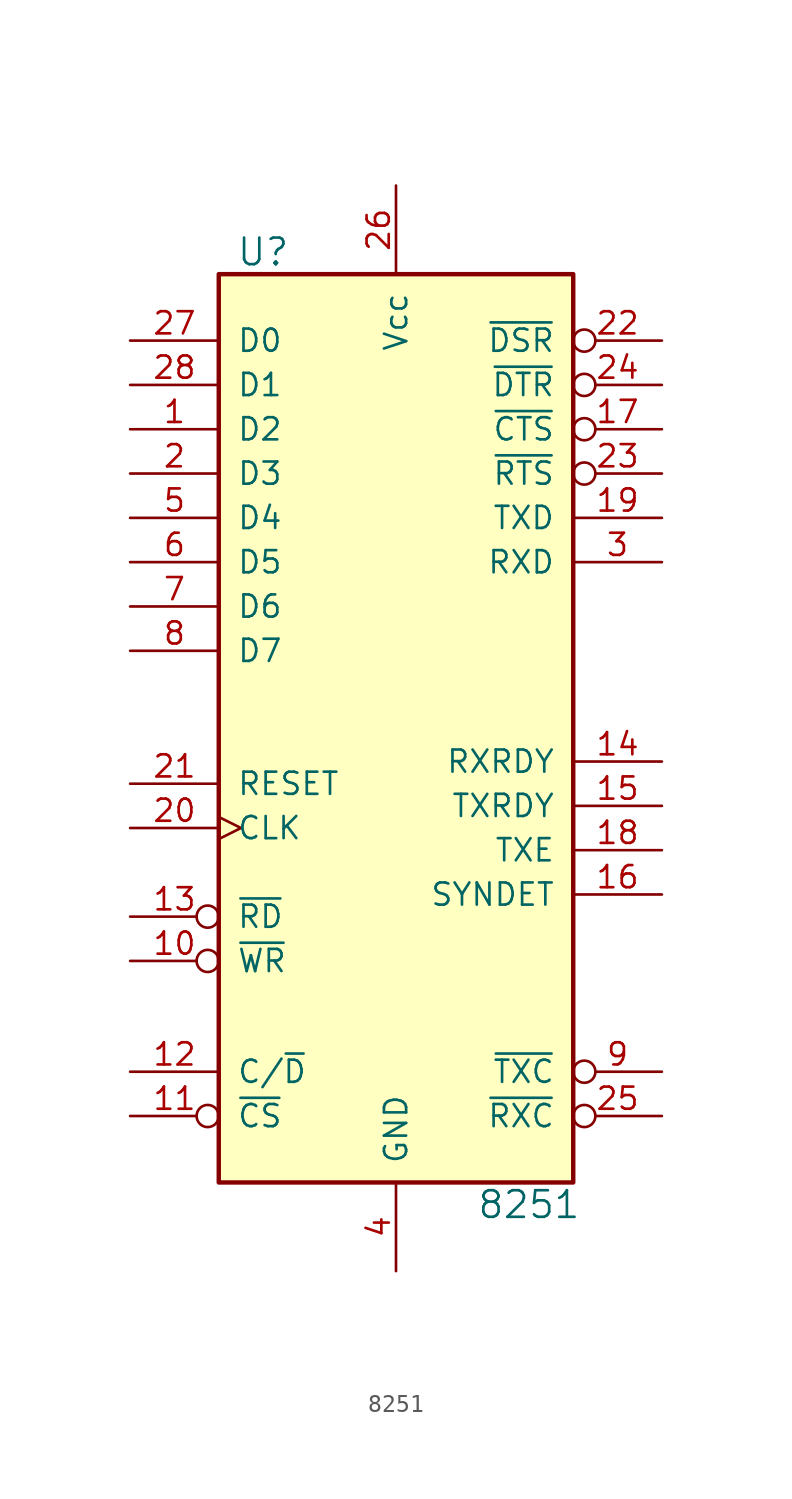
<source format=kicad_sym>
(kicad_symbol_lib
  (version 20211014)
  (generator kicad_symbol_editor)
  (symbol "8251"
    (pin_names
      (offset 1.016))
    (property "Reference" "U"
      (at -7.62 33.02 0)
      (effects (font (size 1.524 1.524))))
    (property "Value" "8251"
      (at 7.62 -21.59 0)
      (effects (font (size 1.524 1.524))))
    (symbol "8251_0_1"
      (rectangle (start -10.16 31.75) (end 10.16 -20.32) (stroke (width 0.254) (type default) (color 0 0 0 0)) (fill (type background))))
    (symbol "8251_1_1"
      (pin bidirectional line (at -15.24 22.86 0) (length 5.08) (name "D2" (effects (font (size 1.27 1.27)))) (number "1" (effects (font (size 1.27 1.27)))))
      (pin input inverted (at -15.24 -7.62 0) (length 5.08) (name "~{WR}" (effects (font (size 1.27 1.27)))) (number "10" (effects (font (size 1.27 1.27)))))
      (pin input inverted (at -15.24 -16.51 0) (length 5.08) (name "~{CS}" (effects (font (size 1.27 1.27)))) (number "11" (effects (font (size 1.27 1.27)))))
      (pin input line (at -15.24 -13.97 0) (length 5.08) (name "C/~{D}" (effects (font (size 1.27 1.27)))) (number "12" (effects (font (size 1.27 1.27)))))
      (pin input inverted (at -15.24 -5.08 0) (length 5.08) (name "~{RD}" (effects (font (size 1.27 1.27)))) (number "13" (effects (font (size 1.27 1.27)))))
      (pin output line (at 15.24 3.81 180) (length 5.08) (name "RXRDY" (effects (font (size 1.27 1.27)))) (number "14" (effects (font (size 1.27 1.27)))))
      (pin output line (at 15.24 1.27 180) (length 5.08) (name "TXRDY" (effects (font (size 1.27 1.27)))) (number "15" (effects (font (size 1.27 1.27)))))
      (pin output line (at 15.24 -3.81 180) (length 5.08) (name "SYNDET" (effects (font (size 1.27 1.27)))) (number "16" (effects (font (size 1.27 1.27)))))
      (pin passive inverted (at 15.24 22.86 180) (length 5.08) (name "~{CTS}" (effects (font (size 1.27 1.27)))) (number "17" (effects (font (size 1.27 1.27)))))
      (pin output line (at 15.24 -1.27 180) (length 5.08) (name "TXE" (effects (font (size 1.27 1.27)))) (number "18" (effects (font (size 1.27 1.27)))))
      (pin passive line (at 15.24 17.78 180) (length 5.08) (name "TXD" (effects (font (size 1.27 1.27)))) (number "19" (effects (font (size 1.27 1.27)))))
      (pin bidirectional line (at -15.24 20.32 0) (length 5.08) (name "D3" (effects (font (size 1.27 1.27)))) (number "2" (effects (font (size 1.27 1.27)))))
      (pin input clock (at -15.24 0 0) (length 5.08) (name "CLK" (effects (font (size 1.27 1.27)))) (number "20" (effects (font (size 1.27 1.27)))))
      (pin input line (at -15.24 2.54 0) (length 5.08) (name "RESET" (effects (font (size 1.27 1.27)))) (number "21" (effects (font (size 1.27 1.27)))))
      (pin passive inverted (at 15.24 27.94 180) (length 5.08) (name "~{DSR}" (effects (font (size 1.27 1.27)))) (number "22" (effects (font (size 1.27 1.27)))))
      (pin output inverted (at 15.24 20.32 180) (length 5.08) (name "~{RTS}" (effects (font (size 1.27 1.27)))) (number "23" (effects (font (size 1.27 1.27)))))
      (pin passive inverted (at 15.24 25.4 180) (length 5.08) (name "~{DTR}" (effects (font (size 1.27 1.27)))) (number "24" (effects (font (size 1.27 1.27)))))
      (pin input inverted (at 15.24 -16.51 180) (length 5.08) (name "~{RXC}" (effects (font (size 1.27 1.27)))) (number "25" (effects (font (size 1.27 1.27)))))
      (pin power_in line (at 0 36.83 270) (length 5.08) (name "Vcc" (effects (font (size 1.27 1.27)))) (number "26" (effects (font (size 1.27 1.27)))))
      (pin input line (at -15.24 27.94 0) (length 5.08) (name "D0" (effects (font (size 1.27 1.27)))) (number "27" (effects (font (size 1.27 1.27)))))
      (pin bidirectional line (at -15.24 25.4 0) (length 5.08) (name "D1" (effects (font (size 1.27 1.27)))) (number "28" (effects (font (size 1.27 1.27)))))
      (pin passive line (at 15.24 15.24 180) (length 5.08) (name "RXD" (effects (font (size 1.27 1.27)))) (number "3" (effects (font (size 1.27 1.27)))))
      (pin power_in line (at 0 -25.4 90) (length 5.08) (name "GND" (effects (font (size 1.27 1.27)))) (number "4" (effects (font (size 1.27 1.27)))))
      (pin bidirectional line (at -15.24 17.78 0) (length 5.08) (name "D4" (effects (font (size 1.27 1.27)))) (number "5" (effects (font (size 1.27 1.27)))))
      (pin bidirectional line (at -15.24 15.24 0) (length 5.08) (name "D5" (effects (font (size 1.27 1.27)))) (number "6" (effects (font (size 1.27 1.27)))))
      (pin bidirectional line (at -15.24 12.7 0) (length 5.08) (name "D6" (effects (font (size 1.27 1.27)))) (number "7" (effects (font (size 1.27 1.27)))))
      (pin bidirectional line (at -15.24 10.16 0) (length 5.08) (name "D7" (effects (font (size 1.27 1.27)))) (number "8" (effects (font (size 1.27 1.27)))))
      (pin input inverted (at 15.24 -13.97 180) (length 5.08) (name "~{TXC}" (effects (font (size 1.27 1.27)))) (number "9" (effects (font (size 1.27 1.27))))))))
</source>
